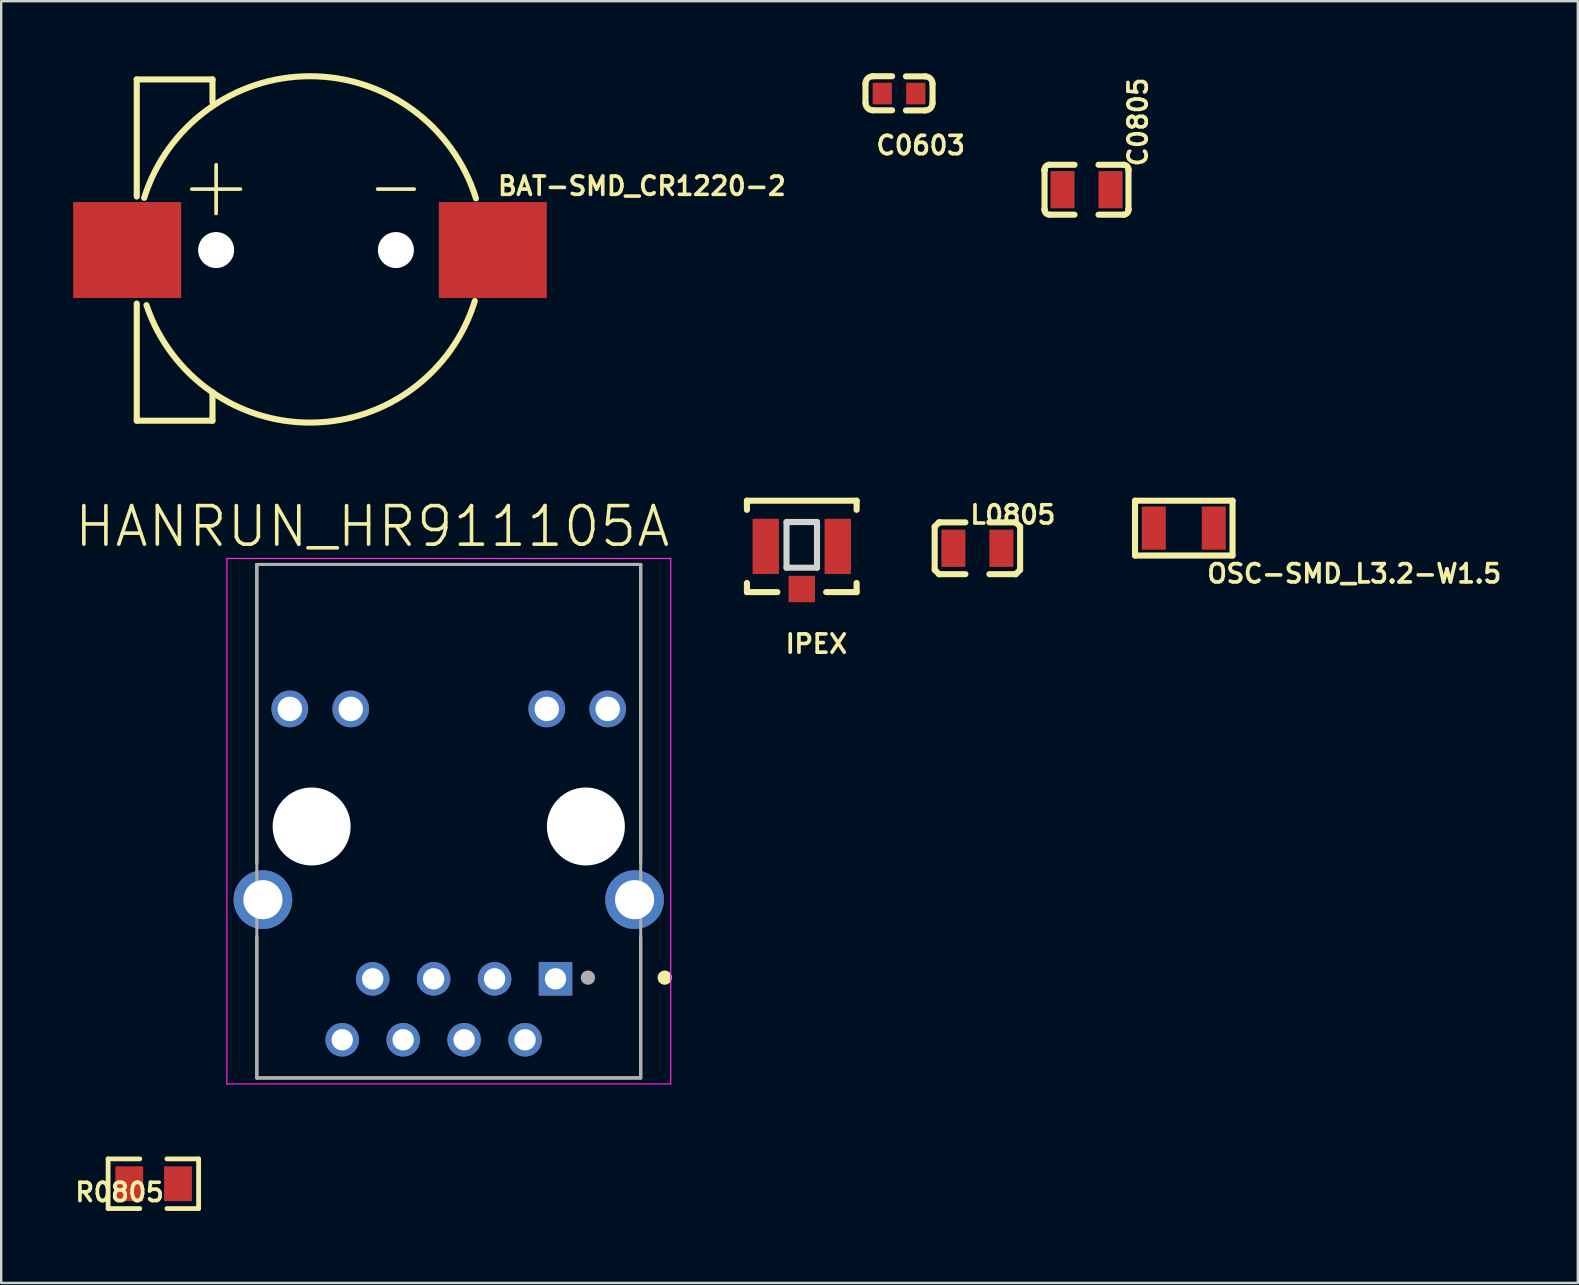
<source format=kicad_pcb>
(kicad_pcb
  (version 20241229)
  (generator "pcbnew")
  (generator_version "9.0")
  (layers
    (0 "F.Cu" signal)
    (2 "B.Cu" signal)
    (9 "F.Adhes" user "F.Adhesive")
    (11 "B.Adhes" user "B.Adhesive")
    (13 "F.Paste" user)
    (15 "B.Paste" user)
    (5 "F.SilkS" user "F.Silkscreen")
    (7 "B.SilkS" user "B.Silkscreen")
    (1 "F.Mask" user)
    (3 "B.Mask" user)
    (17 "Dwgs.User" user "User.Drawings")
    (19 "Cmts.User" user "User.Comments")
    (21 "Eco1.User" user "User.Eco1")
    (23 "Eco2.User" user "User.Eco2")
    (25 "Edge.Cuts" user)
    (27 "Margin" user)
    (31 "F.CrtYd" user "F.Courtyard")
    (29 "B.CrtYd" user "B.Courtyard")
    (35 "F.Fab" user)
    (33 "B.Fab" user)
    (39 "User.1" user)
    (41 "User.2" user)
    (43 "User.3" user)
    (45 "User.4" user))
  (footprint "BAT-SMD_CR1220-2"
    (layer "F.Cu")
    (at 9.87 7.372)
    (property "Reference" "BAT-SMD_CR1220-2" (at 7.747 -2.667 0) (layer "F.SilkS") (effects (font (size 0.762 0.762) (thickness 0.152)) (justify left)))
    (attr smd)
    (fp_line (start -7.22 -7.112) (end -7.22 -2.231) (stroke (width 0.254) (type solid)) (layer "F.SilkS"))
    (fp_line (start -7.22 2.231) (end -7.22 7.112) (stroke (width 0.254) (type solid)) (layer "F.SilkS"))
    (fp_line (start -7.22 7.112) (end -4.064 7.112) (stroke (width 0.254) (type solid)) (layer "F.SilkS"))
    (fp_line (start -4.928 -2.54) (end -2.896 -2.54) (stroke (width 0.152) (type solid)) (layer "F.SilkS"))
    (fp_line (start -4.064 -7.112) (end -7.22 -7.112) (stroke (width 0.254) (type solid)) (layer "F.SilkS"))
    (fp_line (start -4.064 -6.171) (end -4.064 -7.112) (stroke (width 0.254) (type solid)) (layer "F.SilkS"))
    (fp_line (start -4.064 7.112) (end -4.064 5.912) (stroke (width 0.254) (type solid)) (layer "F.SilkS"))
    (fp_line (start -3.912 -1.524) (end -3.912 -3.556) (stroke (width 0.152) (type solid)) (layer "F.SilkS"))
    (fp_line (start 2.819 -2.54) (end 4.343 -2.54) (stroke (width 0.152) (type solid)) (layer "F.SilkS"))
    (fp_arc (start -6.911 -2.175) (mid 0.010952 -7.245166) (end 6.917544 -2.154097) (stroke (width 0.254) (type solid)) (layer "F.SilkS"))
    (fp_arc (start 6.871 2.124) (mid 0.090912 7.191227) (end -6.815109 2.29702) (stroke (width 0.254) (type solid)) (layer "F.SilkS"))
    (pad "" np_thru_hole circle (at -3.912 0) (size 1.5 1.5) (drill 1.5) (layers "*.Cu" "*.Mask"))
    (pad "" np_thru_hole circle (at 3.581 0) (size 1.5 1.5) (drill 1.5) (layers "*.Cu" "*.Mask"))
    (pad "1" smd rect (at -7.62 0 180) (size 4.5 4) (layers "F.Cu" "F.Mask" "F.Paste"))
    (pad "2" smd rect (at 7.62 0 180) (size 4.5 4) (layers "F.Cu" "F.Mask" "F.Paste")))
  (footprint "C0805"
    (layer "F.Cu")
    (at 42.235 4.857)
    (property "Reference" "C0805" (at 2.143 -0.889 270) (layer "F.SilkS") (effects (font (size 0.762 0.762) (thickness 0.152)) (justify left)))
    (attr smd)
    (fp_line (start -1.75 -0.84) (end -1.75 -0.8) (stroke (width 0.254) (type solid)) (layer "F.SilkS"))
    (fp_line (start -1.75 -0.82) (end -1.75 -0.8) (stroke (width 0.254) (type solid)) (layer "F.SilkS"))
    (fp_line (start -1.75 -0.8) (end -1.75 0.8) (stroke (width 0.254) (type solid)) (layer "F.SilkS"))
    (fp_line (start -1.75 0.84) (end -1.75 0.8) (stroke (width 0.254) (type solid)) (layer "F.SilkS"))
    (fp_line (start -0.5 -1.04) (end -1.55 -1.04) (stroke (width 0.254) (type solid)) (layer "F.SilkS"))
    (fp_line (start -0.5 1.04) (end -1.55 1.04) (stroke (width 0.254) (type solid)) (layer "F.SilkS"))
    (fp_line (start 0.5 -1.04) (end 1.55 -1.04) (stroke (width 0.254) (type solid)) (layer "F.SilkS"))
    (fp_line (start 0.5 1.04) (end 1.55 1.04) (stroke (width 0.254) (type solid)) (layer "F.SilkS"))
    (fp_line (start 1.75 -0.84) (end 1.75 -0.8) (stroke (width 0.254) (type solid)) (layer "F.SilkS"))
    (fp_line (start 1.75 -0.8) (end 1.75 0.8) (stroke (width 0.254) (type solid)) (layer "F.SilkS"))
    (fp_line (start 1.75 0.84) (end 1.75 0.8) (stroke (width 0.254) (type solid)) (layer "F.SilkS"))
    (fp_arc (start -1.75 -0.84) (mid -1.691421 -0.981421) (end -1.55 -1.04) (stroke (width 0.254) (type solid)) (layer "F.SilkS"))
    (fp_arc (start -1.55 1.04) (mid -1.691421 0.981421) (end -1.75 0.84) (stroke (width 0.254) (type solid)) (layer "F.SilkS"))
    (fp_arc (start 1.55 -1.04) (mid 1.691421 -0.981421) (end 1.75 -0.84) (stroke (width 0.254) (type solid)) (layer "F.SilkS"))
    (fp_arc (start 1.75 0.84) (mid 1.691421 0.981421) (end 1.55 1.04) (stroke (width 0.254) (type solid)) (layer "F.SilkS"))
    (pad "1" smd rect (at -1 0) (size 1 1.55) (layers "F.Cu" "F.Mask" "F.Paste"))
    (pad "2" smd rect (at 1 0) (size 1 1.55) (layers "F.Cu" "F.Mask" "F.Paste")))
  (footprint "L0805"
    (layer "F.Cu")
    (at 37.687 19.801)
    (property "Reference" "L0805" (at -0.381 -1.397 0) (layer "F.SilkS") (effects (font (size 0.762 0.762) (thickness 0.152)) (justify left)))
    (attr smd)
    (fp_line (start -1.78 -0.9) (end -1.78 0.9) (stroke (width 0.254) (type solid)) (layer "F.SilkS"))
    (fp_line (start -1.6 -1.08) (end -1.78 -0.9) (stroke (width 0.254) (type solid)) (layer "F.SilkS"))
    (fp_line (start -1.6 1.08) (end -1.78 0.9) (stroke (width 0.254) (type solid)) (layer "F.SilkS"))
    (fp_line (start -1.55 -1.08) (end -1.6 -1.08) (stroke (width 0.254) (type solid)) (layer "F.SilkS"))
    (fp_line (start -1.55 1.08) (end -1.6 1.08) (stroke (width 0.254) (type solid)) (layer "F.SilkS"))
    (fp_line (start -0.5 -1.08) (end -1.55 -1.08) (stroke (width 0.254) (type solid)) (layer "F.SilkS"))
    (fp_line (start -0.5 1.08) (end -1.55 1.08) (stroke (width 0.254) (type solid)) (layer "F.SilkS"))
    (fp_line (start 0.5 -1.08) (end 1.55 -1.08) (stroke (width 0.254) (type solid)) (layer "F.SilkS"))
    (fp_line (start 0.5 1.08) (end 1.55 1.08) (stroke (width 0.254) (type solid)) (layer "F.SilkS"))
    (fp_line (start 1.55 -1.08) (end 1.6 -1.08) (stroke (width 0.254) (type solid)) (layer "F.SilkS"))
    (fp_line (start 1.55 1.08) (end 1.6 1.08) (stroke (width 0.254) (type solid)) (layer "F.SilkS"))
    (fp_line (start 1.6 -1.08) (end 1.78 -0.9) (stroke (width 0.254) (type solid)) (layer "F.SilkS"))
    (fp_line (start 1.6 1.08) (end 1.78 0.9) (stroke (width 0.254) (type solid)) (layer "F.SilkS"))
    (fp_line (start 1.78 -0.9) (end 1.78 0.9) (stroke (width 0.254) (type solid)) (layer "F.SilkS"))
    (pad "1" smd rect (at -1 0) (size 1 1.55) (layers "F.Cu" "F.Mask" "F.Paste"))
    (pad "2" smd rect (at 1 0) (size 1 1.55) (layers "F.Cu" "F.Mask" "F.Paste")))
  (footprint "IPEX"
    (layer "F.Cu")
    (at 30.367 19.723)
    (property "Reference" "IPEX" (at -0.762 4.064 0) (layer "F.SilkS") (effects (font (size 0.762 0.762) (thickness 0.152)) (justify left)))
    (attr smd)
    (fp_line (start -2.286 -1.905) (end 2.286 -1.905) (stroke (width 0.254) (type solid)) (layer "F.SilkS"))
    (fp_line (start -2.286 -1.524) (end -2.286 -1.905) (stroke (width 0.254) (type solid)) (layer "F.SilkS"))
    (fp_line (start -2.286 1.905) (end -2.286 1.524) (stroke (width 0.254) (type solid)) (layer "F.SilkS"))
    (fp_line (start -1.016 1.905) (end -2.286 1.905) (stroke (width 0.254) (type solid)) (layer "F.SilkS"))
    (fp_line (start 2.286 -1.905) (end 2.286 -1.524) (stroke (width 0.254) (type solid)) (layer "F.SilkS"))
    (fp_line (start 2.286 1.524) (end 2.286 1.905) (stroke (width 0.254) (type solid)) (layer "F.SilkS"))
    (fp_line (start 2.286 1.905) (end 1.016 1.905) (stroke (width 0.254) (type solid)) (layer "F.SilkS"))
    (fp_line (start -0.635 -1.016) (end -0.635 0.889) (stroke (width 0.254) (type solid)) (layer "Edge.Cuts"))
    (fp_line (start -0.635 0.889) (end 0.635 0.889) (stroke (width 0.254) (type solid)) (layer "Edge.Cuts"))
    (fp_line (start 0.635 -1.016) (end -0.635 -1.016) (stroke (width 0.254) (type solid)) (layer "Edge.Cuts"))
    (fp_line (start 0.635 0.889) (end 0.635 -1.016) (stroke (width 0.254) (type solid)) (layer "Edge.Cuts"))
    (pad "1" smd rect (at 0 1.778) (size 1.1 1.1) (layers "F.Cu" "F.Mask" "F.Paste"))
    (pad "2" smd rect (at 1.5 0) (size 1.1 2.3) (layers "F.Cu" "F.Mask" "F.Paste"))
    (pad "3" smd rect (at -1.5 0) (size 1.1 2.3) (layers "F.Cu" "F.Mask" "F.Paste")))
  (footprint "R0805"
    (layer "F.Cu")
    (at 3.353 46.287)
    (property "Reference" "R0805" (at -3.353 0.356 0) (layer "F.SilkS") (effects (font (size 0.762 0.762) (thickness 0.152)) (justify left)))
    (attr smd)
    (fp_line (start -1.897 -1.035) (end -0.577 -1.035) (stroke (width 0.2) (type solid)) (layer "F.SilkS"))
    (fp_line (start -1.897 1.035) (end -1.897 -1.035) (stroke (width 0.2) (type solid)) (layer "F.SilkS"))
    (fp_line (start -0.577 1.035) (end -1.897 1.035) (stroke (width 0.2) (type solid)) (layer "F.SilkS"))
    (fp_line (start 0.555 1.035) (end 1.875 1.035) (stroke (width 0.2) (type solid)) (layer "F.SilkS"))
    (fp_line (start 1.875 -1.035) (end 0.555 -1.035) (stroke (width 0.2) (type solid)) (layer "F.SilkS"))
    (fp_line (start 1.875 1.035) (end 1.875 -1.035) (stroke (width 0.2) (type solid)) (layer "F.SilkS"))
    (pad "1" smd rect (at -1.016 0) (size 1.16 1.45) (layers "F.Cu" "F.Mask" "F.Paste"))
    (pad "2" smd rect (at 1.016 0) (size 1.16 1.45) (layers "F.Cu" "F.Mask" "F.Paste")))
  (footprint "C0603"
    (layer "F.Cu")
    (at 34.421 0.849)
    (property "Reference" "C0603" (at -1.031 2.159 0) (layer "F.SilkS") (effects (font (size 0.762 0.762) (thickness 0.152)) (justify left)))
    (attr smd)
    (fp_line (start -1.398 -0.412) (end -1.398 0.388) (stroke (width 0.254) (type solid)) (layer "F.SilkS"))
    (fp_line (start -0.289 -0.722) (end -1.089 -0.722) (stroke (width 0.254) (type solid)) (layer "F.SilkS"))
    (fp_line (start -0.289 0.698) (end -1.089 0.698) (stroke (width 0.254) (type solid)) (layer "F.SilkS"))
    (fp_line (start 0.287 -0.716) (end 1.087 -0.716) (stroke (width 0.254) (type solid)) (layer "F.SilkS"))
    (fp_line (start 0.287 0.704) (end 1.087 0.704) (stroke (width 0.254) (type solid)) (layer "F.SilkS"))
    (fp_line (start 1.397 -0.406) (end 1.397 0.394) (stroke (width 0.254) (type solid)) (layer "F.SilkS"))
    (fp_arc (start -1.399 -0.412) (mid -1.308203 -0.631203) (end -1.089 -0.722) (stroke (width 0.254) (type solid)) (layer "F.SilkS"))
    (fp_arc (start -1.089 0.698) (mid -1.308203 0.607203) (end -1.399 0.388) (stroke (width 0.254) (type solid)) (layer "F.SilkS"))
    (fp_arc (start 1.087 -0.716) (mid 1.306203 -0.625203) (end 1.397 -0.406) (stroke (width 0.254) (type solid)) (layer "F.SilkS"))
    (fp_arc (start 1.397 0.394) (mid 1.306203 0.613203) (end 1.087 0.704) (stroke (width 0.254) (type solid)) (layer "F.SilkS"))
    (pad "1" smd rect (at -0.7 0) (size 0.8 0.9) (layers "F.Cu" "F.Mask" "F.Paste"))
    (pad "2" smd rect (at 0.7 0) (size 0.8 0.9) (layers "F.Cu" "F.Mask" "F.Paste")))
  (footprint "OSC-SMD_L3.2-W1.5"
    (layer "F.Cu")
    (at 46.289 18.961)
    (property "Reference" "OSC-SMD_L3.2-W1.5" (at 0.891 1.897 0) (layer "F.SilkS") (effects (font (size 0.762 0.762) (thickness 0.152)) (justify left)))
    (attr smd)
    (fp_line (start -2.032 -1.143) (end 2.032 -1.143) (stroke (width 0.254) (type solid)) (layer "F.SilkS"))
    (fp_line (start -2.032 1.143) (end -2.032 -1.143) (stroke (width 0.254) (type solid)) (layer "F.SilkS"))
    (fp_line (start 2.032 -1.143) (end 2.032 1.143) (stroke (width 0.254) (type solid)) (layer "F.SilkS"))
    (fp_line (start 2.032 1.143) (end -2.032 1.143) (stroke (width 0.254) (type solid)) (layer "F.SilkS"))
    (pad "1" smd rect (at -1.25 0 90) (size 1.8 1) (layers "F.Cu" "F.Mask" "F.Paste"))
    (pad "2" smd rect (at 1.25 0 90) (size 1.8 1) (layers "F.Cu" "F.Mask" "F.Paste")))
  (footprint "HANRUN_HR911105A"
    (layer "F.Cu")
    (at 15.654 31.397)
    (property "Reference" "HANRUN_HR911105A" (at -3.188 -12.503 0) (layer "F.SilkS") (effects (font (size 1.608 1.608) (thickness 0.15))))
    (attr through_hole)
    (fp_line (start -8 -10.92) (end -8 1.5) (stroke (width 0.127) (type solid)) (layer "F.SilkS"))
    (fp_line (start -8 4.6) (end -8 10.48) (stroke (width 0.127) (type solid)) (layer "F.SilkS"))
    (fp_line (start 8 -10.92) (end -8 -10.92) (stroke (width 0.127) (type solid)) (layer "F.SilkS"))
    (fp_line (start 8 -10.92) (end 8 1.5) (stroke (width 0.127) (type solid)) (layer "F.SilkS"))
    (fp_line (start 8 4.6) (end 8 10.48) (stroke (width 0.127) (type solid)) (layer "F.SilkS"))
    (fp_line (start 8 10.48) (end -8 10.48) (stroke (width 0.127) (type solid)) (layer "F.SilkS"))
    (fp_circle (center 9 6.3) (end 9.15 6.3) (stroke (width 0.3) (type solid)) (fill no) (layer "F.SilkS"))
    (fp_line (start -9.25 -11.17) (end -9.25 10.73) (stroke (width 0.05) (type solid)) (layer "F.CrtYd"))
    (fp_line (start -9.25 10.73) (end 9.25 10.73) (stroke (width 0.05) (type solid)) (layer "F.CrtYd"))
    (fp_line (start 9.25 -11.17) (end -9.25 -11.17) (stroke (width 0.05) (type solid)) (layer "F.CrtYd"))
    (fp_line (start 9.25 10.73) (end 9.25 -11.17) (stroke (width 0.05) (type solid)) (layer "F.CrtYd"))
    (fp_line (start -8 -10.92) (end -8 10.48) (stroke (width 0.127) (type solid)) (layer "F.Fab"))
    (fp_line (start -8 10.48) (end 8 10.48) (stroke (width 0.127) (type solid)) (layer "F.Fab"))
    (fp_line (start 8 -10.92) (end -8 -10.92) (stroke (width 0.127) (type solid)) (layer "F.Fab"))
    (fp_line (start 8 10.48) (end 8 -10.92) (stroke (width 0.127) (type solid)) (layer "F.Fab"))
    (fp_circle (center 5.8 6.3) (end 5.95 6.3) (stroke (width 0.3) (type solid)) (fill no) (layer "F.Fab"))
    (pad "" np_thru_hole circle (at -5.715 0) (size 3.25 3.25) (drill 3.25) (layers "*.Cu" "*.Mask"))
    (pad "" np_thru_hole circle (at 5.715 0) (size 3.25 3.25) (drill 3.25) (layers "*.Cu" "*.Mask"))
    (pad "1" thru_hole rect (at 4.45 6.35) (size 1.398 1.398) (drill 0.89) (layers "*.Cu" "*.Mask"))
    (pad "2" thru_hole circle (at 3.18 8.89) (size 1.398 1.398) (drill 0.89) (layers "*.Cu" "*.Mask"))
    (pad "3" thru_hole circle (at 1.91 6.35) (size 1.398 1.398) (drill 0.89) (layers "*.Cu" "*.Mask"))
    (pad "4" thru_hole circle (at 0.64 8.89) (size 1.398 1.398) (drill 0.89) (layers "*.Cu" "*.Mask"))
    (pad "5" thru_hole circle (at -0.63 6.35) (size 1.398 1.398) (drill 0.89) (layers "*.Cu" "*.Mask"))
    (pad "6" thru_hole circle (at -1.9 8.89) (size 1.398 1.398) (drill 0.89) (layers "*.Cu" "*.Mask"))
    (pad "7" thru_hole circle (at -3.17 6.35) (size 1.398 1.398) (drill 0.89) (layers "*.Cu" "*.Mask"))
    (pad "8" thru_hole circle (at -4.44 8.89) (size 1.398 1.398) (drill 0.89) (layers "*.Cu" "*.Mask"))
    (pad "9" thru_hole circle (at 6.625 -4.9) (size 1.53 1.53) (drill 1.02) (layers "*.Cu" "*.Mask"))
    (pad "10" thru_hole circle (at 4.085 -4.9) (size 1.53 1.53) (drill 1.02) (layers "*.Cu" "*.Mask"))
    (pad "11" thru_hole circle (at -4.085 -4.9) (size 1.53 1.53) (drill 1.02) (layers "*.Cu" "*.Mask"))
    (pad "12" thru_hole circle (at -6.625 -4.9) (size 1.53 1.53) (drill 1.02) (layers "*.Cu" "*.Mask"))
    (pad "15" thru_hole circle (at 7.745 3.05) (size 2.445 2.445) (drill 1.63) (layers "*.Cu" "*.Mask"))
    (pad "16" thru_hole circle (at -7.745 3.05) (size 2.445 2.445) (drill 1.63) (layers "*.Cu" "*.Mask")))
  (gr_rect
    (start -3 -3)
    (end 62.712 50.422)
    (stroke (width 0.1) (type default))
    (fill no)
    (layer "Edge.Cuts")))
</source>
